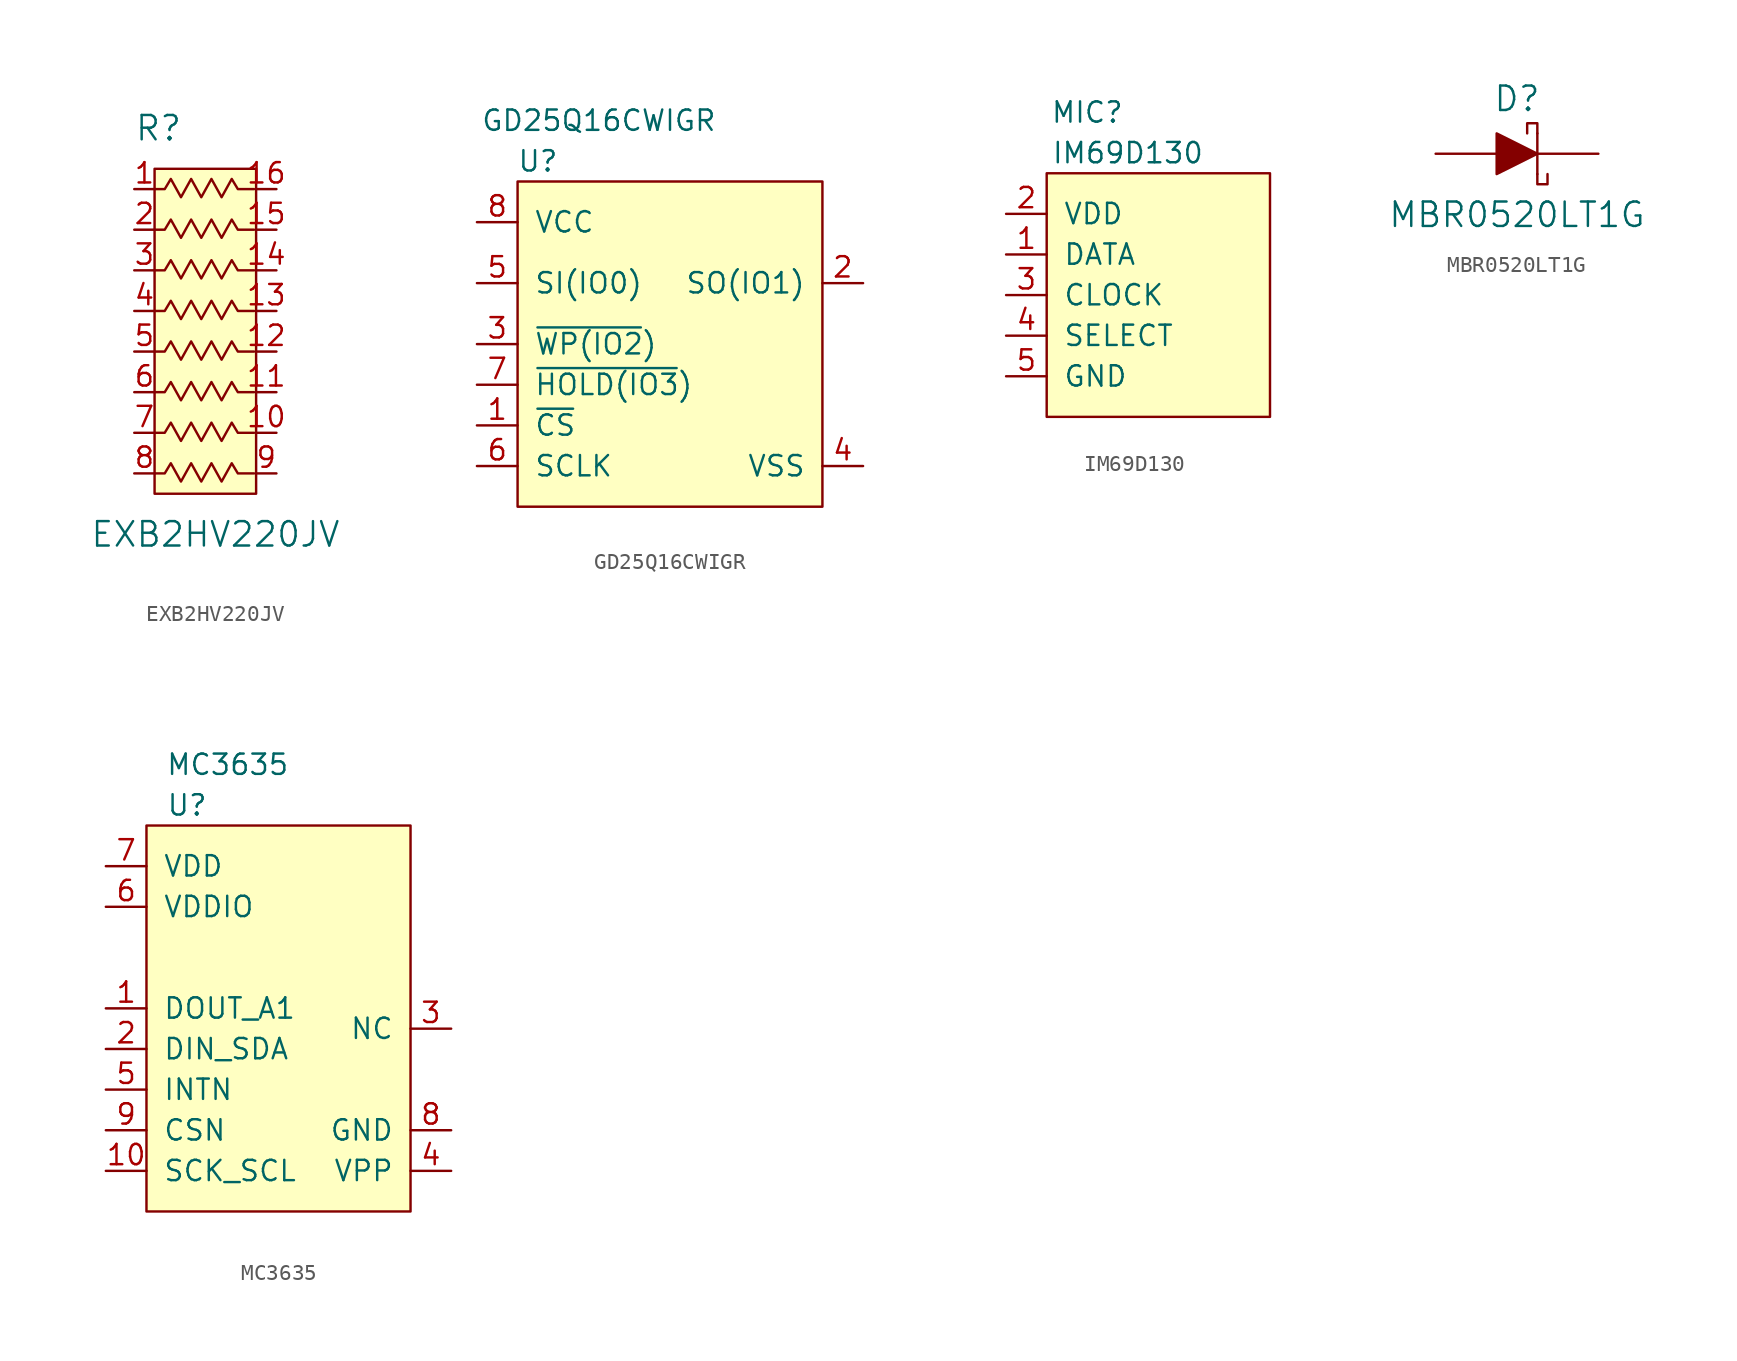
<source format=kicad_sym>
(kicad_symbol_lib
  (version 20211014)
  (generator kicad_symbol_editor)
  (symbol "EXB2HV220JV"
    (pin_names
      (offset 1.016))
    (property "Reference" "R"
      (at -5.08 13.97 0)
      (effects (font (size 1.524 1.524)) (justify left)))
    (property "Value" "EXB2HV220JV"
      (at 0 -11.43 0)
      (effects (font (size 1.524 1.524))))
    (symbol "EXB2HV220JV_0_1"
      (polyline (pts (xy 2.54 11.43) (xy 2.54 -8.89) (xy -3.81 -8.89) (xy -3.81 11.43) (xy 2.54 11.43)) (stroke (width 0) (type default) (color 0 0 0 0)) (fill (type background)))
      (polyline (pts (xy -3.81 7.62) (xy -3.175 7.62) (xy -2.794 8.255) (xy -2.159 7.112) (xy -1.524 8.255) (xy -0.889 7.112) (xy -0.254 8.255) (xy 0.381 7.112) (xy 1.016 8.255) (xy 1.397 7.62) (xy 2.413 7.62)) (stroke (width 0) (type default) (color 0 0 0 0)) (fill (type none))))
    (symbol "EXB2HV220JV_1_1"
      (polyline (pts (xy -3.81 -7.62) (xy -3.175 -7.62) (xy -2.794 -6.985) (xy -2.159 -8.128) (xy -1.524 -6.985) (xy -0.889 -8.128) (xy -0.254 -6.985) (xy 0.381 -8.128) (xy 1.016 -6.985) (xy 1.397 -7.62) (xy 2.413 -7.62)) (stroke (width 0) (type default) (color 0 0 0 0)) (fill (type none)))
      (polyline (pts (xy -3.81 -5.08) (xy -3.175 -5.08) (xy -2.794 -4.445) (xy -2.159 -5.588) (xy -1.524 -4.445) (xy -0.889 -5.588) (xy -0.254 -4.445) (xy 0.381 -5.588) (xy 1.016 -4.445) (xy 1.397 -5.08) (xy 2.413 -5.08)) (stroke (width 0) (type default) (color 0 0 0 0)) (fill (type none)))
      (polyline (pts (xy -3.81 -2.54) (xy -3.175 -2.54) (xy -2.794 -1.905) (xy -2.159 -3.048) (xy -1.524 -1.905) (xy -0.889 -3.048) (xy -0.254 -1.905) (xy 0.381 -3.048) (xy 1.016 -1.905) (xy 1.397 -2.54) (xy 2.413 -2.54)) (stroke (width 0) (type default) (color 0 0 0 0)) (fill (type none)))
      (polyline (pts (xy -3.81 0) (xy -3.175 0) (xy -2.794 0.635) (xy -2.159 -0.508) (xy -1.524 0.635) (xy -0.889 -0.508) (xy -0.254 0.635) (xy 0.381 -0.508) (xy 1.016 0.635) (xy 1.397 0) (xy 2.413 0)) (stroke (width 0) (type default) (color 0 0 0 0)) (fill (type none)))
      (polyline (pts (xy -3.81 2.54) (xy -3.175 2.54) (xy -2.794 3.175) (xy -2.159 2.032) (xy -1.524 3.175) (xy -0.889 2.032) (xy -0.254 3.175) (xy 0.381 2.032) (xy 1.016 3.175) (xy 1.397 2.54) (xy 2.413 2.54)) (stroke (width 0) (type default) (color 0 0 0 0)) (fill (type none)))
      (polyline (pts (xy -3.81 5.08) (xy -3.175 5.08) (xy -2.794 5.715) (xy -2.159 4.572) (xy -1.524 5.715) (xy -0.889 4.572) (xy -0.254 5.715) (xy 0.381 4.572) (xy 1.016 5.715) (xy 1.397 5.08) (xy 2.413 5.08)) (stroke (width 0) (type default) (color 0 0 0 0)) (fill (type none)))
      (polyline (pts (xy -3.81 10.16) (xy -3.175 10.16) (xy -2.794 10.795) (xy -2.159 9.652) (xy -1.524 10.795) (xy -0.889 9.652) (xy -0.254 10.795) (xy 0.381 9.652) (xy 1.016 10.795) (xy 1.397 10.16) (xy 2.413 10.16)) (stroke (width 0) (type default) (color 0 0 0 0)) (fill (type none)))
      (pin passive line (at -5.08 10.16 0) (length 1.27) (name "~" (effects (font (size 1.27 1.27)))) (number "1" (effects (font (size 1.27 1.27)))))
      (pin passive line (at 3.81 -5.08 180) (length 1.27) (name "~" (effects (font (size 1.27 1.27)))) (number "10" (effects (font (size 1.27 1.27)))))
      (pin passive line (at 3.81 -2.54 180) (length 1.27) (name "~" (effects (font (size 1.27 1.27)))) (number "11" (effects (font (size 1.27 1.27)))))
      (pin passive line (at 3.81 0 180) (length 1.27) (name "~" (effects (font (size 1.27 1.27)))) (number "12" (effects (font (size 1.27 1.27)))))
      (pin passive line (at 3.81 2.54 180) (length 1.27) (name "~" (effects (font (size 1.27 1.27)))) (number "13" (effects (font (size 1.27 1.27)))))
      (pin passive line (at 3.81 5.08 180) (length 1.27) (name "~" (effects (font (size 1.27 1.27)))) (number "14" (effects (font (size 1.27 1.27)))))
      (pin passive line (at 3.81 7.62 180) (length 1.27) (name "~" (effects (font (size 1.27 1.27)))) (number "15" (effects (font (size 1.27 1.27)))))
      (pin passive line (at 3.81 10.16 180) (length 1.27) (name "~" (effects (font (size 1.27 1.27)))) (number "16" (effects (font (size 1.27 1.27)))))
      (pin passive line (at -5.08 7.62 0) (length 1.27) (name "~" (effects (font (size 1.27 1.27)))) (number "2" (effects (font (size 1.27 1.27)))))
      (pin passive line (at -5.08 5.08 0) (length 1.27) (name "~" (effects (font (size 1.27 1.27)))) (number "3" (effects (font (size 1.27 1.27)))))
      (pin passive line (at -5.08 2.54 0) (length 1.27) (name "~" (effects (font (size 1.27 1.27)))) (number "4" (effects (font (size 1.27 1.27)))))
      (pin passive line (at -5.08 0 0) (length 1.27) (name "~" (effects (font (size 1.27 1.27)))) (number "5" (effects (font (size 1.27 1.27)))))
      (pin passive line (at -5.08 -2.54 0) (length 1.27) (name "~" (effects (font (size 1.27 1.27)))) (number "6" (effects (font (size 1.27 1.27)))))
      (pin passive line (at -5.08 -5.08 0) (length 1.27) (name "~" (effects (font (size 1.27 1.27)))) (number "7" (effects (font (size 1.27 1.27)))))
      (pin passive line (at -5.08 -7.62 0) (length 1.27) (name "~" (effects (font (size 1.27 1.27)))) (number "8" (effects (font (size 1.27 1.27)))))
      (pin passive line (at 3.81 -7.62 180) (length 1.27) (name "~" (effects (font (size 1.27 1.27)))) (number "9" (effects (font (size 1.27 1.27)))))))
  (symbol "GD25Q16CWIGR"
    (pin_names
      (offset 1.016))
    (property "Reference" "U"
      (at 1.27 1.27 0)
      (effects (font (size 1.27 1.27))))
    (property "Value" "GD25Q16CWIGR"
      (at 5.08 3.81 0)
      (effects (font (size 1.27 1.27))))
    (symbol "GD25Q16CWIGR_1_1"
      (rectangle (start 0 0) (end 19.05 -20.32) (stroke (width 0) (type default) (color 0 0 0 0)) (fill (type background)))
      (pin input line (at -2.54 -15.24 0) (length 2.54) (name "~{CS}" (effects (font (size 1.27 1.27)))) (number "1" (effects (font (size 1.27 1.27)))))
      (pin input line (at 21.59 -6.35 180) (length 2.54) (name "SO(IO1)" (effects (font (size 1.27 1.27)))) (number "2" (effects (font (size 1.27 1.27)))))
      (pin input line (at -2.54 -10.16 0) (length 2.54) (name "~{WP(IO2})" (effects (font (size 1.27 1.27)))) (number "3" (effects (font (size 1.27 1.27)))))
      (pin input line (at 21.59 -17.78 180) (length 2.54) (name "VSS" (effects (font (size 1.27 1.27)))) (number "4" (effects (font (size 1.27 1.27)))))
      (pin input line (at -2.54 -6.35 0) (length 2.54) (name "SI(IO0)" (effects (font (size 1.27 1.27)))) (number "5" (effects (font (size 1.27 1.27)))))
      (pin input line (at -2.54 -17.78 0) (length 2.54) (name "SCLK" (effects (font (size 1.27 1.27)))) (number "6" (effects (font (size 1.27 1.27)))))
      (pin input line (at -2.54 -12.7 0) (length 2.54) (name "~{HOLD(IO3})" (effects (font (size 1.27 1.27)))) (number "7" (effects (font (size 1.27 1.27)))))
      (pin input line (at -2.54 -2.54 0) (length 2.54) (name "VCC" (effects (font (size 1.27 1.27)))) (number "8" (effects (font (size 1.27 1.27)))))))
  (symbol "IM69D130"
    (pin_names
      (offset 1.016))
    (property "Reference" "MIC"
      (at 2.54 3.81 0)
      (effects (font (size 1.27 1.27))))
    (property "Value" "IM69D130"
      (at 5.08 1.27 0)
      (effects (font (size 1.27 1.27))))
    (symbol "IM69D130_0_1"
      (rectangle (start 0 0) (end 13.97 -15.24) (stroke (width 0) (type default) (color 0 0 0 0)) (fill (type background))))
    (symbol "IM69D130_1_1"
      (pin input line (at -2.54 -5.08 0) (length 2.54) (name "DATA" (effects (font (size 1.27 1.27)))) (number "1" (effects (font (size 1.27 1.27)))))
      (pin input line (at -2.54 -2.54 0) (length 2.54) (name "VDD" (effects (font (size 1.27 1.27)))) (number "2" (effects (font (size 1.27 1.27)))))
      (pin input line (at -2.54 -7.62 0) (length 2.54) (name "CLOCK" (effects (font (size 1.27 1.27)))) (number "3" (effects (font (size 1.27 1.27)))))
      (pin input line (at -2.54 -10.16 0) (length 2.54) (name "SELECT" (effects (font (size 1.27 1.27)))) (number "4" (effects (font (size 1.27 1.27)))))
      (pin input line (at -2.54 -12.7 0) (length 2.54) (name "GND" (effects (font (size 1.27 1.27)))) (number "5" (effects (font (size 1.27 1.27)))))))
  (symbol "MBR0520LT1G"
    (pin_numbers hide)
    (pin_names
      (offset 0) hide)
    (property "Reference" "D"
      (at 0 2.54 0)
      (effects (font (size 1.524 1.524)) (justify bottom)))
    (property "Value" "MBR0520LT1G"
      (at 0 -3.81 0)
      (effects (font (size 1.524 1.524))))
    (symbol "MBR0520LT1G_0_1"
      (polyline (pts (xy 1.27 1.27) (xy 1.27 -1.27)) (stroke (width 0) (type default) (color 0 0 0 0)) (fill (type none)))
      (polyline (pts (xy -1.27 1.27) (xy -1.27 -1.27) (xy 1.27 0) (xy -1.27 1.27)) (stroke (width 0) (type default) (color 0 0 0 0)) (fill (type outline)))
      (polyline (pts (xy 1.27 -1.27) (xy 1.27 -1.905) (xy 1.905 -1.905) (xy 1.905 -1.27)) (stroke (width 0) (type default) (color 0 0 0 0)) (fill (type none)))
      (polyline (pts (xy 1.27 1.27) (xy 1.27 1.905) (xy 0.635 1.905) (xy 0.635 1.27)) (stroke (width 0) (type default) (color 0 0 0 0)) (fill (type none))))
    (symbol "MBR0520LT1G_1_1"
      (pin passive line (at -5.08 0 0) (length 3.81) (name "~" (effects (font (size 1.27 1.27)))) (number "A" (effects (font (size 1.27 1.27)))))
      (pin passive line (at 5.08 0 180) (length 3.81) (name "~" (effects (font (size 1.27 1.27)))) (number "K" (effects (font (size 1.27 1.27)))))))
  (symbol "MC3635"
    (pin_names
      (offset 1.016))
    (property "Reference" "U"
      (at 2.54 -1.27 0)
      (effects (font (size 1.27 1.27))))
    (property "Value" "MC3635"
      (at 5.08 1.27 0)
      (effects (font (size 1.27 1.27))))
    (symbol "MC3635_0_1"
      (rectangle (start 0 -2.54) (end 16.51 -26.67) (stroke (width 0) (type default) (color 0 0 0 0)) (fill (type background))))
    (symbol "MC3635_1_1"
      (pin input line (at -2.54 -13.97 0) (length 2.54) (name "DOUT_A1" (effects (font (size 1.27 1.27)))) (number "1" (effects (font (size 1.27 1.27)))))
      (pin input line (at -2.54 -24.13 0) (length 2.54) (name "SCK_SCL" (effects (font (size 1.27 1.27)))) (number "10" (effects (font (size 1.27 1.27)))))
      (pin input line (at -2.54 -16.51 0) (length 2.54) (name "DIN_SDA" (effects (font (size 1.27 1.27)))) (number "2" (effects (font (size 1.27 1.27)))))
      (pin input line (at 19.05 -15.24 180) (length 2.54) (name "NC" (effects (font (size 1.27 1.27)))) (number "3" (effects (font (size 1.27 1.27)))))
      (pin input line (at 19.05 -24.13 180) (length 2.54) (name "VPP" (effects (font (size 1.27 1.27)))) (number "4" (effects (font (size 1.27 1.27)))))
      (pin input line (at -2.54 -19.05 0) (length 2.54) (name "INTN" (effects (font (size 1.27 1.27)))) (number "5" (effects (font (size 1.27 1.27)))))
      (pin input line (at -2.54 -7.62 0) (length 2.54) (name "VDDIO" (effects (font (size 1.27 1.27)))) (number "6" (effects (font (size 1.27 1.27)))))
      (pin input line (at -2.54 -5.08 0) (length 2.54) (name "VDD" (effects (font (size 1.27 1.27)))) (number "7" (effects (font (size 1.27 1.27)))))
      (pin input line (at 19.05 -21.59 180) (length 2.54) (name "GND" (effects (font (size 1.27 1.27)))) (number "8" (effects (font (size 1.27 1.27)))))
      (pin input line (at -2.54 -21.59 0) (length 2.54) (name "CSN" (effects (font (size 1.27 1.27)))) (number "9" (effects (font (size 1.27 1.27))))))))
</source>
